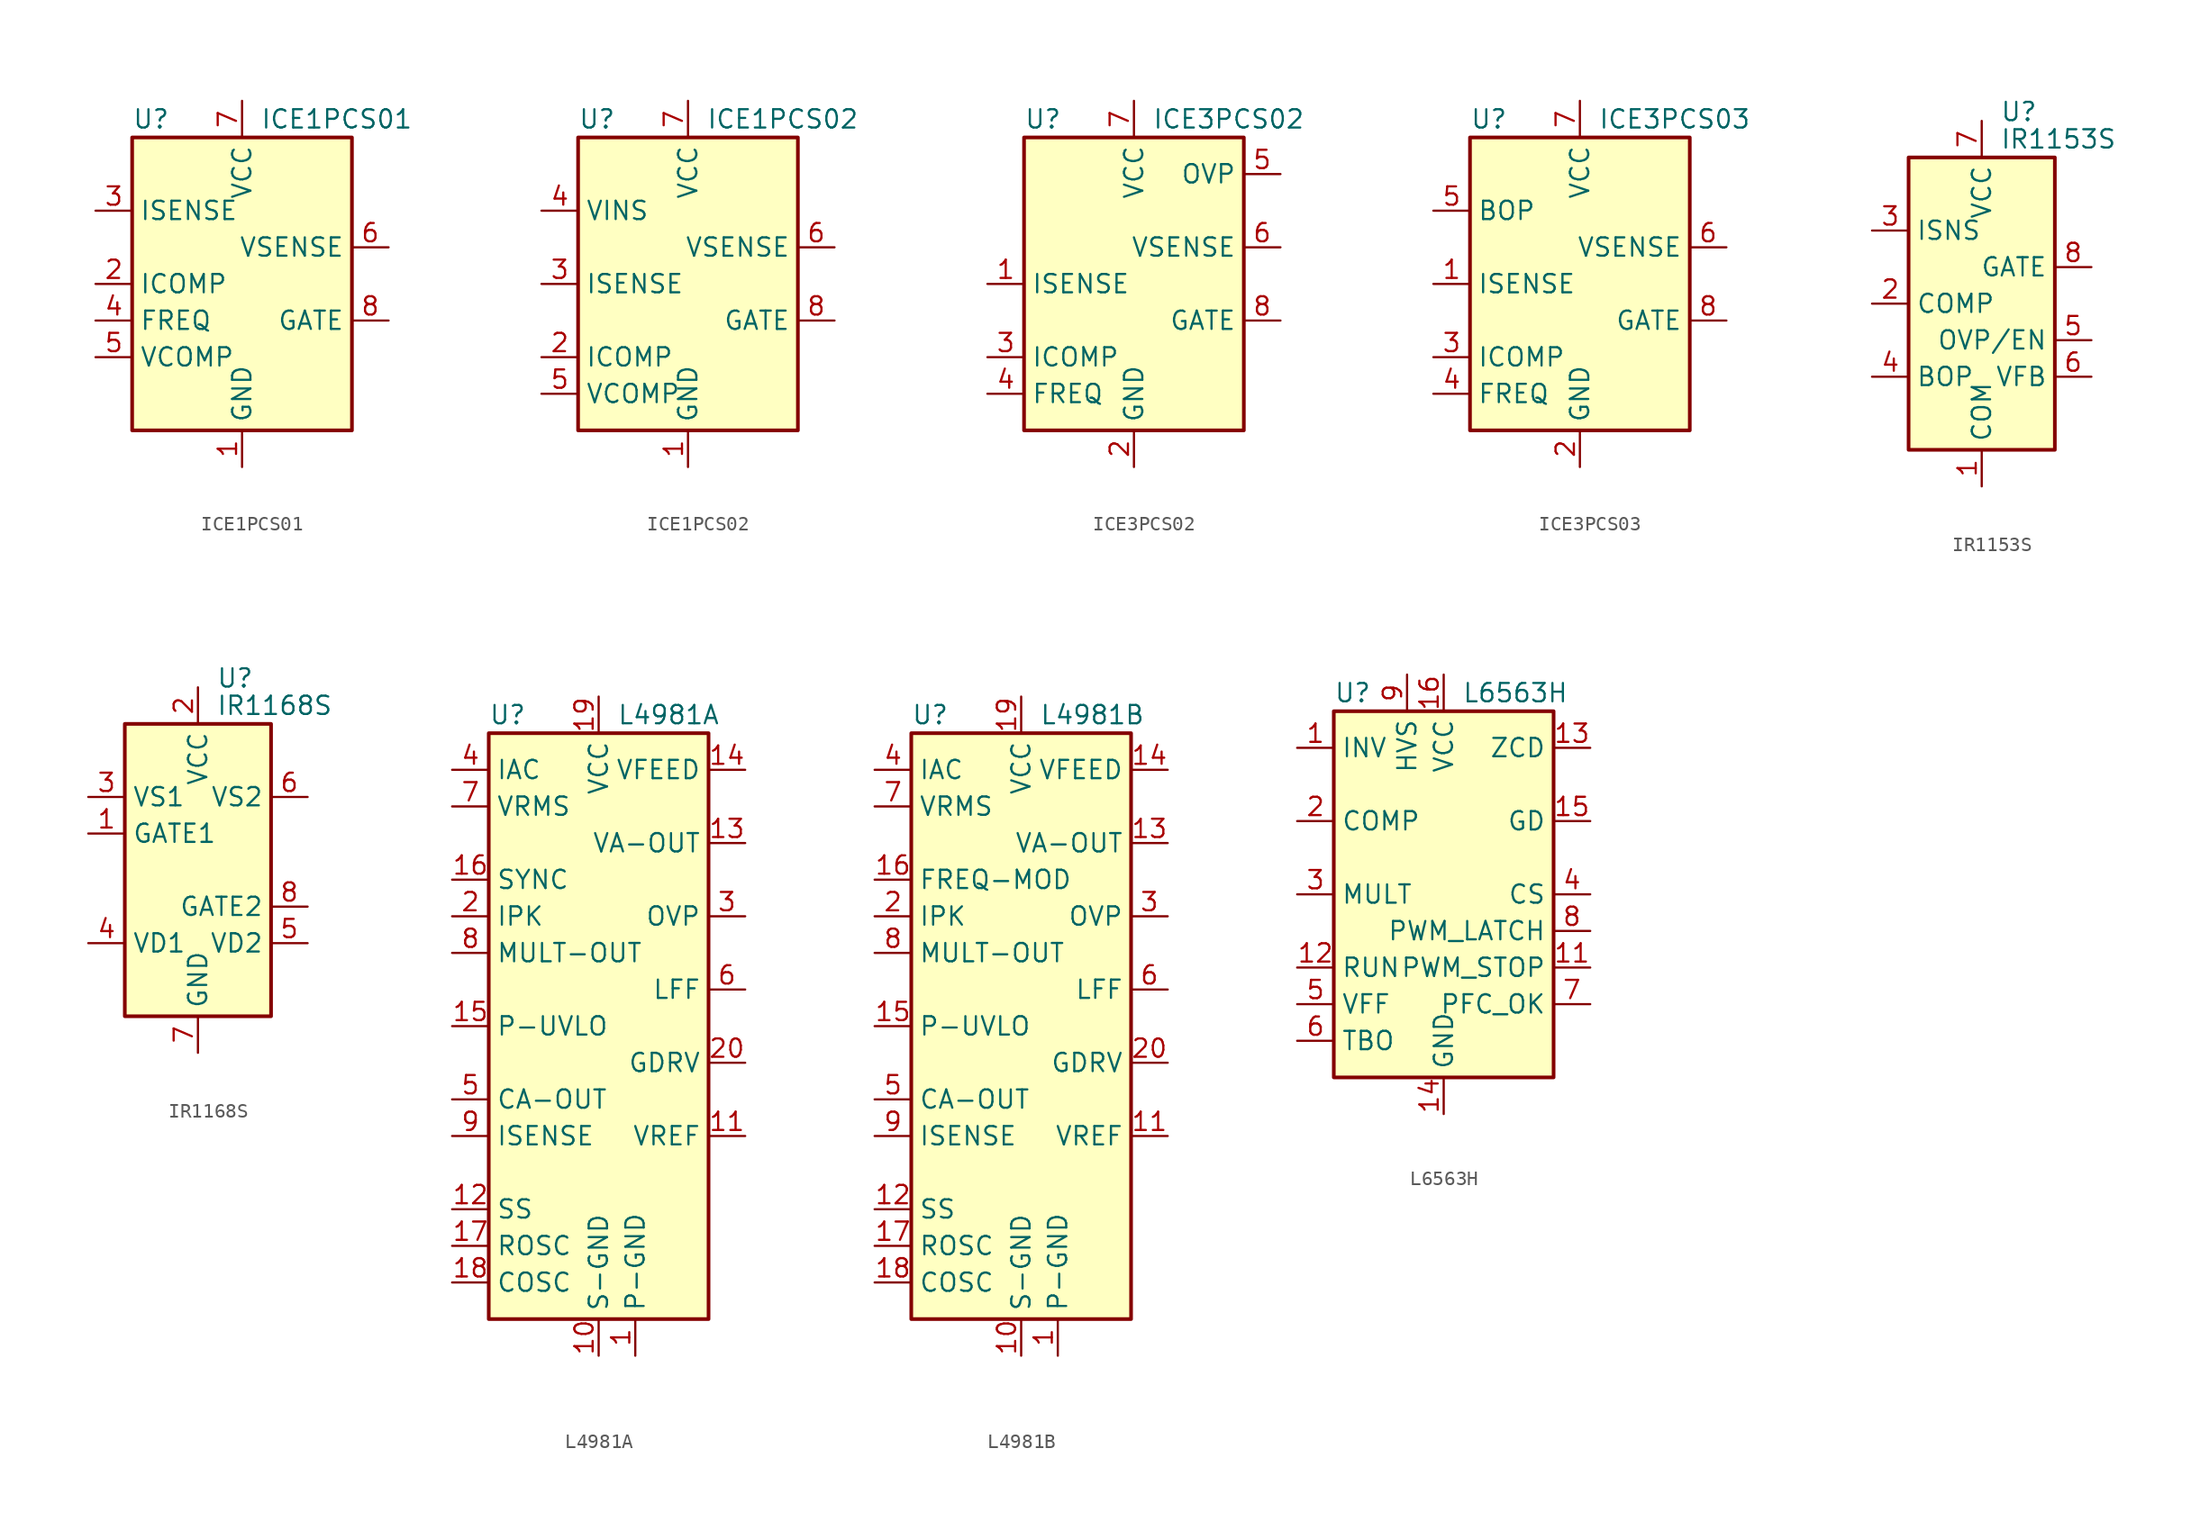
<source format=kicad_sym>
(kicad_symbol_lib
  (version 20201005)
  (generator kicad_symbol_editor)
  (symbol "ICE1PCS01"
    (property "Reference" "U"
      (at -7.62 11.43 0)
      (effects (font (size 1.27 1.27)) (justify left)))
    (property "Value" "ICE1PCS01"
      (at 1.27 11.43 0)
      (effects (font (size 1.27 1.27)) (justify left)))
    (symbol "ICE1PCS01_0_0"
      (rectangle (start -7.62 10.16) (end 7.62 -10.16) (stroke (width 0.254)) (fill (type background))))
    (symbol "ICE1PCS01_1_1"
      (pin power_in line (at 0 -12.7 90) (length 2.54) (name "GND" (effects (font (size 1.27 1.27)))) (number "1" (effects (font (size 1.27 1.27)))))
      (pin passive line (at -10.16 0 0) (length 2.54) (name "ICOMP" (effects (font (size 1.27 1.27)))) (number "2" (effects (font (size 1.27 1.27)))))
      (pin input line (at -10.16 5.08 0) (length 2.54) (name "ISENSE" (effects (font (size 1.27 1.27)))) (number "3" (effects (font (size 1.27 1.27)))))
      (pin passive line (at -10.16 -2.54 0) (length 2.54) (name "FREQ" (effects (font (size 1.27 1.27)))) (number "4" (effects (font (size 1.27 1.27)))))
      (pin passive line (at -10.16 -5.08 0) (length 2.54) (name "VCOMP" (effects (font (size 1.27 1.27)))) (number "5" (effects (font (size 1.27 1.27)))))
      (pin input line (at 10.16 2.54 180) (length 2.54) (name "VSENSE" (effects (font (size 1.27 1.27)))) (number "6" (effects (font (size 1.27 1.27)))))
      (pin power_in line (at 0 12.7 270) (length 2.54) (name "VCC" (effects (font (size 1.27 1.27)))) (number "7" (effects (font (size 1.27 1.27)))))
      (pin output line (at 10.16 -2.54 180) (length 2.54) (name "GATE" (effects (font (size 1.27 1.27)))) (number "8" (effects (font (size 1.27 1.27)))))))
  (symbol "ICE1PCS02"
    (property "Reference" "U"
      (at -7.62 11.43 0)
      (effects (font (size 1.27 1.27)) (justify left)))
    (property "Value" "ICE1PCS02"
      (at 1.27 11.43 0)
      (effects (font (size 1.27 1.27)) (justify left)))
    (symbol "ICE1PCS02_0_0"
      (rectangle (start -7.62 10.16) (end 7.62 -10.16) (stroke (width 0.254)) (fill (type background))))
    (symbol "ICE1PCS02_1_1"
      (pin power_in line (at 0 -12.7 90) (length 2.54) (name "GND" (effects (font (size 1.27 1.27)))) (number "1" (effects (font (size 1.27 1.27)))))
      (pin passive line (at -10.16 -5.08 0) (length 2.54) (name "ICOMP" (effects (font (size 1.27 1.27)))) (number "2" (effects (font (size 1.27 1.27)))))
      (pin input line (at -10.16 0 0) (length 2.54) (name "ISENSE" (effects (font (size 1.27 1.27)))) (number "3" (effects (font (size 1.27 1.27)))))
      (pin input line (at -10.16 5.08 0) (length 2.54) (name "VINS" (effects (font (size 1.27 1.27)))) (number "4" (effects (font (size 1.27 1.27)))))
      (pin passive line (at -10.16 -7.62 0) (length 2.54) (name "VCOMP" (effects (font (size 1.27 1.27)))) (number "5" (effects (font (size 1.27 1.27)))))
      (pin input line (at 10.16 2.54 180) (length 2.54) (name "VSENSE" (effects (font (size 1.27 1.27)))) (number "6" (effects (font (size 1.27 1.27)))))
      (pin power_in line (at 0 12.7 270) (length 2.54) (name "VCC" (effects (font (size 1.27 1.27)))) (number "7" (effects (font (size 1.27 1.27)))))
      (pin output line (at 10.16 -2.54 180) (length 2.54) (name "GATE" (effects (font (size 1.27 1.27)))) (number "8" (effects (font (size 1.27 1.27)))))))
  (symbol "ICE3PCS02"
    (property "Reference" "U"
      (at -7.62 11.43 0)
      (effects (font (size 1.27 1.27)) (justify left)))
    (property "Value" "ICE3PCS02"
      (at 1.27 11.43 0)
      (effects (font (size 1.27 1.27)) (justify left)))
    (symbol "ICE3PCS02_0_0"
      (rectangle (start -7.62 10.16) (end 7.62 -10.16) (stroke (width 0.254)) (fill (type background))))
    (symbol "ICE3PCS02_1_1"
      (pin input line (at -10.16 0 0) (length 2.54) (name "ISENSE" (effects (font (size 1.27 1.27)))) (number "1" (effects (font (size 1.27 1.27)))))
      (pin power_in line (at 0 -12.7 90) (length 2.54) (name "GND" (effects (font (size 1.27 1.27)))) (number "2" (effects (font (size 1.27 1.27)))))
      (pin passive line (at -10.16 -5.08 0) (length 2.54) (name "ICOMP" (effects (font (size 1.27 1.27)))) (number "3" (effects (font (size 1.27 1.27)))))
      (pin passive line (at -10.16 -7.62 0) (length 2.54) (name "FREQ" (effects (font (size 1.27 1.27)))) (number "4" (effects (font (size 1.27 1.27)))))
      (pin input line (at 10.16 7.62 180) (length 2.54) (name "OVP" (effects (font (size 1.27 1.27)))) (number "5" (effects (font (size 1.27 1.27)))))
      (pin input line (at 10.16 2.54 180) (length 2.54) (name "VSENSE" (effects (font (size 1.27 1.27)))) (number "6" (effects (font (size 1.27 1.27)))))
      (pin power_in line (at 0 12.7 270) (length 2.54) (name "VCC" (effects (font (size 1.27 1.27)))) (number "7" (effects (font (size 1.27 1.27)))))
      (pin output line (at 10.16 -2.54 180) (length 2.54) (name "GATE" (effects (font (size 1.27 1.27)))) (number "8" (effects (font (size 1.27 1.27)))))))
  (symbol "ICE3PCS03"
    (property "Reference" "U"
      (at -7.62 11.43 0)
      (effects (font (size 1.27 1.27)) (justify left)))
    (property "Value" "ICE3PCS03"
      (at 1.27 11.43 0)
      (effects (font (size 1.27 1.27)) (justify left)))
    (symbol "ICE3PCS03_0_0"
      (rectangle (start -7.62 10.16) (end 7.62 -10.16) (stroke (width 0.254)) (fill (type background))))
    (symbol "ICE3PCS03_1_1"
      (pin input line (at -10.16 0 0) (length 2.54) (name "ISENSE" (effects (font (size 1.27 1.27)))) (number "1" (effects (font (size 1.27 1.27)))))
      (pin power_in line (at 0 -12.7 90) (length 2.54) (name "GND" (effects (font (size 1.27 1.27)))) (number "2" (effects (font (size 1.27 1.27)))))
      (pin passive line (at -10.16 -5.08 0) (length 2.54) (name "ICOMP" (effects (font (size 1.27 1.27)))) (number "3" (effects (font (size 1.27 1.27)))))
      (pin passive line (at -10.16 -7.62 0) (length 2.54) (name "FREQ" (effects (font (size 1.27 1.27)))) (number "4" (effects (font (size 1.27 1.27)))))
      (pin input line (at -10.16 5.08 0) (length 2.54) (name "BOP" (effects (font (size 1.27 1.27)))) (number "5" (effects (font (size 1.27 1.27)))))
      (pin input line (at 10.16 2.54 180) (length 2.54) (name "VSENSE" (effects (font (size 1.27 1.27)))) (number "6" (effects (font (size 1.27 1.27)))))
      (pin power_in line (at 0 12.7 270) (length 2.54) (name "VCC" (effects (font (size 1.27 1.27)))) (number "7" (effects (font (size 1.27 1.27)))))
      (pin output line (at 10.16 -2.54 180) (length 2.54) (name "GATE" (effects (font (size 1.27 1.27)))) (number "8" (effects (font (size 1.27 1.27)))))))
  (symbol "IR1153S"
    (property "Reference" "U"
      (at 1.27 13.335 0)
      (effects (font (size 1.27 1.27)) (justify left)))
    (property "Value" "IR1153S"
      (at 1.27 11.43 0)
      (effects (font (size 1.27 1.27)) (justify left)))
    (symbol "IR1153S_0_1"
      (rectangle (start -5.08 -10.16) (end 5.08 10.16) (stroke (width 0.254)) (fill (type background))))
    (symbol "IR1153S_1_1"
      (pin power_in line (at 0 -12.7 90) (length 2.54) (name "COM" (effects (font (size 1.27 1.27)))) (number "1" (effects (font (size 1.27 1.27)))))
      (pin output line (at -7.62 0 0) (length 2.54) (name "COMP" (effects (font (size 1.27 1.27)))) (number "2" (effects (font (size 1.27 1.27)))))
      (pin passive line (at -7.62 5.08 0) (length 2.54) (name "ISNS" (effects (font (size 1.27 1.27)))) (number "3" (effects (font (size 1.27 1.27)))))
      (pin input line (at -7.62 -5.08 0) (length 2.54) (name "BOP" (effects (font (size 1.27 1.27)))) (number "4" (effects (font (size 1.27 1.27)))))
      (pin input line (at 7.62 -2.54 180) (length 2.54) (name "OVP/EN" (effects (font (size 1.27 1.27)))) (number "5" (effects (font (size 1.27 1.27)))))
      (pin input line (at 7.62 -5.08 180) (length 2.54) (name "VFB" (effects (font (size 1.27 1.27)))) (number "6" (effects (font (size 1.27 1.27)))))
      (pin power_in line (at 0 12.7 270) (length 2.54) (name "VCC" (effects (font (size 1.27 1.27)))) (number "7" (effects (font (size 1.27 1.27)))))
      (pin output line (at 7.62 2.54 180) (length 2.54) (name "GATE" (effects (font (size 1.27 1.27)))) (number "8" (effects (font (size 1.27 1.27)))))))
  (symbol "IR1168S"
    (property "Reference" "U"
      (at 1.27 13.335 0)
      (effects (font (size 1.27 1.27)) (justify left)))
    (property "Value" "IR1168S"
      (at 1.27 11.43 0)
      (effects (font (size 1.27 1.27)) (justify left)))
    (symbol "IR1168S_0_1"
      (rectangle (start -5.08 -10.16) (end 5.08 10.16) (stroke (width 0.254)) (fill (type background))))
    (symbol "IR1168S_1_1"
      (pin output line (at -7.62 2.54 0) (length 2.54) (name "GATE1" (effects (font (size 1.27 1.27)))) (number "1" (effects (font (size 1.27 1.27)))))
      (pin power_in line (at 0 12.7 270) (length 2.54) (name "VCC" (effects (font (size 1.27 1.27)))) (number "2" (effects (font (size 1.27 1.27)))))
      (pin input line (at -7.62 5.08 0) (length 2.54) (name "VS1" (effects (font (size 1.27 1.27)))) (number "3" (effects (font (size 1.27 1.27)))))
      (pin input line (at -7.62 -5.08 0) (length 2.54) (name "VD1" (effects (font (size 1.27 1.27)))) (number "4" (effects (font (size 1.27 1.27)))))
      (pin input line (at 7.62 -5.08 180) (length 2.54) (name "VD2" (effects (font (size 1.27 1.27)))) (number "5" (effects (font (size 1.27 1.27)))))
      (pin input line (at 7.62 5.08 180) (length 2.54) (name "VS2" (effects (font (size 1.27 1.27)))) (number "6" (effects (font (size 1.27 1.27)))))
      (pin power_in line (at 0 -12.7 90) (length 2.54) (name "GND" (effects (font (size 1.27 1.27)))) (number "7" (effects (font (size 1.27 1.27)))))
      (pin output line (at 7.62 -2.54 180) (length 2.54) (name "GATE2" (effects (font (size 1.27 1.27)))) (number "8" (effects (font (size 1.27 1.27)))))))
  (symbol "L4981A"
    (property "Reference" "U"
      (at -7.62 21.59 0)
      (effects (font (size 1.27 1.27)) (justify left)))
    (property "Value" "L4981A"
      (at 1.27 21.59 0)
      (effects (font (size 1.27 1.27)) (justify left)))
    (symbol "L4981A_0_0"
      (rectangle (start -7.62 20.32) (end 7.62 -20.32) (stroke (width 0.254)) (fill (type background))))
    (symbol "L4981A_1_1"
      (pin power_in line (at 2.54 -22.86 90) (length 2.54) (name "P-GND" (effects (font (size 1.27 1.27)))) (number "1" (effects (font (size 1.27 1.27)))))
      (pin power_in line (at 0 -22.86 90) (length 2.54) (name "S-GND" (effects (font (size 1.27 1.27)))) (number "10" (effects (font (size 1.27 1.27)))))
      (pin output line (at 10.16 -7.62 180) (length 2.54) (name "VREF" (effects (font (size 1.27 1.27)))) (number "11" (effects (font (size 1.27 1.27)))))
      (pin passive line (at -10.16 -12.7 0) (length 2.54) (name "SS" (effects (font (size 1.27 1.27)))) (number "12" (effects (font (size 1.27 1.27)))))
      (pin output line (at 10.16 12.7 180) (length 2.54) (name "VA-OUT" (effects (font (size 1.27 1.27)))) (number "13" (effects (font (size 1.27 1.27)))))
      (pin input line (at 10.16 17.78 180) (length 2.54) (name "VFEED" (effects (font (size 1.27 1.27)))) (number "14" (effects (font (size 1.27 1.27)))))
      (pin input line (at -10.16 0 0) (length 2.54) (name "P-UVLO" (effects (font (size 1.27 1.27)))) (number "15" (effects (font (size 1.27 1.27)))))
      (pin bidirectional line (at -10.16 10.16 0) (length 2.54) (name "SYNC" (effects (font (size 1.27 1.27)))) (number "16" (effects (font (size 1.27 1.27)))))
      (pin passive line (at -10.16 -15.24 0) (length 2.54) (name "ROSC" (effects (font (size 1.27 1.27)))) (number "17" (effects (font (size 1.27 1.27)))))
      (pin passive line (at -10.16 -17.78 0) (length 2.54) (name "COSC" (effects (font (size 1.27 1.27)))) (number "18" (effects (font (size 1.27 1.27)))))
      (pin power_in line (at 0 22.86 270) (length 2.54) (name "VCC" (effects (font (size 1.27 1.27)))) (number "19" (effects (font (size 1.27 1.27)))))
      (pin input line (at -10.16 7.62 0) (length 2.54) (name "IPK" (effects (font (size 1.27 1.27)))) (number "2" (effects (font (size 1.27 1.27)))))
      (pin output line (at 10.16 -2.54 180) (length 2.54) (name "GDRV" (effects (font (size 1.27 1.27)))) (number "20" (effects (font (size 1.27 1.27)))))
      (pin input line (at 10.16 7.62 180) (length 2.54) (name "OVP" (effects (font (size 1.27 1.27)))) (number "3" (effects (font (size 1.27 1.27)))))
      (pin input line (at -10.16 17.78 0) (length 2.54) (name "IAC" (effects (font (size 1.27 1.27)))) (number "4" (effects (font (size 1.27 1.27)))))
      (pin output line (at -10.16 -5.08 0) (length 2.54) (name "CA-OUT" (effects (font (size 1.27 1.27)))) (number "5" (effects (font (size 1.27 1.27)))))
      (pin input line (at 10.16 2.54 180) (length 2.54) (name "LFF" (effects (font (size 1.27 1.27)))) (number "6" (effects (font (size 1.27 1.27)))))
      (pin input line (at -10.16 15.24 0) (length 2.54) (name "VRMS" (effects (font (size 1.27 1.27)))) (number "7" (effects (font (size 1.27 1.27)))))
      (pin output line (at -10.16 5.08 0) (length 2.54) (name "MULT-OUT" (effects (font (size 1.27 1.27)))) (number "8" (effects (font (size 1.27 1.27)))))
      (pin input line (at -10.16 -7.62 0) (length 2.54) (name "ISENSE" (effects (font (size 1.27 1.27)))) (number "9" (effects (font (size 1.27 1.27)))))))
  (symbol "L4981B"
    (property "Reference" "U"
      (at -7.62 21.59 0)
      (effects (font (size 1.27 1.27)) (justify left)))
    (property "Value" "L4981B"
      (at 1.27 21.59 0)
      (effects (font (size 1.27 1.27)) (justify left)))
    (symbol "L4981B_0_0"
      (rectangle (start -7.62 20.32) (end 7.62 -20.32) (stroke (width 0.254)) (fill (type background))))
    (symbol "L4981B_1_1"
      (pin power_in line (at 2.54 -22.86 90) (length 2.54) (name "P-GND" (effects (font (size 1.27 1.27)))) (number "1" (effects (font (size 1.27 1.27)))))
      (pin power_in line (at 0 -22.86 90) (length 2.54) (name "S-GND" (effects (font (size 1.27 1.27)))) (number "10" (effects (font (size 1.27 1.27)))))
      (pin output line (at 10.16 -7.62 180) (length 2.54) (name "VREF" (effects (font (size 1.27 1.27)))) (number "11" (effects (font (size 1.27 1.27)))))
      (pin passive line (at -10.16 -12.7 0) (length 2.54) (name "SS" (effects (font (size 1.27 1.27)))) (number "12" (effects (font (size 1.27 1.27)))))
      (pin output line (at 10.16 12.7 180) (length 2.54) (name "VA-OUT" (effects (font (size 1.27 1.27)))) (number "13" (effects (font (size 1.27 1.27)))))
      (pin input line (at 10.16 17.78 180) (length 2.54) (name "VFEED" (effects (font (size 1.27 1.27)))) (number "14" (effects (font (size 1.27 1.27)))))
      (pin input line (at -10.16 0 0) (length 2.54) (name "P-UVLO" (effects (font (size 1.27 1.27)))) (number "15" (effects (font (size 1.27 1.27)))))
      (pin input line (at -10.16 10.16 0) (length 2.54) (name "FREQ-MOD" (effects (font (size 1.27 1.27)))) (number "16" (effects (font (size 1.27 1.27)))))
      (pin passive line (at -10.16 -15.24 0) (length 2.54) (name "ROSC" (effects (font (size 1.27 1.27)))) (number "17" (effects (font (size 1.27 1.27)))))
      (pin passive line (at -10.16 -17.78 0) (length 2.54) (name "COSC" (effects (font (size 1.27 1.27)))) (number "18" (effects (font (size 1.27 1.27)))))
      (pin power_in line (at 0 22.86 270) (length 2.54) (name "VCC" (effects (font (size 1.27 1.27)))) (number "19" (effects (font (size 1.27 1.27)))))
      (pin input line (at -10.16 7.62 0) (length 2.54) (name "IPK" (effects (font (size 1.27 1.27)))) (number "2" (effects (font (size 1.27 1.27)))))
      (pin output line (at 10.16 -2.54 180) (length 2.54) (name "GDRV" (effects (font (size 1.27 1.27)))) (number "20" (effects (font (size 1.27 1.27)))))
      (pin input line (at 10.16 7.62 180) (length 2.54) (name "OVP" (effects (font (size 1.27 1.27)))) (number "3" (effects (font (size 1.27 1.27)))))
      (pin input line (at -10.16 17.78 0) (length 2.54) (name "IAC" (effects (font (size 1.27 1.27)))) (number "4" (effects (font (size 1.27 1.27)))))
      (pin output line (at -10.16 -5.08 0) (length 2.54) (name "CA-OUT" (effects (font (size 1.27 1.27)))) (number "5" (effects (font (size 1.27 1.27)))))
      (pin input line (at 10.16 2.54 180) (length 2.54) (name "LFF" (effects (font (size 1.27 1.27)))) (number "6" (effects (font (size 1.27 1.27)))))
      (pin input line (at -10.16 15.24 0) (length 2.54) (name "VRMS" (effects (font (size 1.27 1.27)))) (number "7" (effects (font (size 1.27 1.27)))))
      (pin output line (at -10.16 5.08 0) (length 2.54) (name "MULT-OUT" (effects (font (size 1.27 1.27)))) (number "8" (effects (font (size 1.27 1.27)))))
      (pin input line (at -10.16 -7.62 0) (length 2.54) (name "ISENSE" (effects (font (size 1.27 1.27)))) (number "9" (effects (font (size 1.27 1.27)))))))
  (symbol "L6563H"
    (property "Reference" "U"
      (at -7.62 13.97 0)
      (effects (font (size 1.27 1.27)) (justify left)))
    (property "Value" "L6563H"
      (at 1.27 13.97 0)
      (effects (font (size 1.27 1.27)) (justify left)))
    (symbol "L6563H_0_0"
      (rectangle (start -7.62 12.7) (end 7.62 -12.7) (stroke (width 0.254)) (fill (type background))))
    (symbol "L6563H_1_1"
      (pin input line (at -10.16 10.16 0) (length 2.54) (name "INV" (effects (font (size 1.27 1.27)))) (number "1" (effects (font (size 1.27 1.27)))))
      (pin no_connect line (at -7.62 7.62 0) (length 2.54) hide (name "NC" (effects (font (size 1.27 1.27)))) (number "10" (effects (font (size 1.27 1.27)))))
      (pin output line (at 10.16 -5.08 180) (length 2.54) (name "PWM_STOP" (effects (font (size 1.27 1.27)))) (number "11" (effects (font (size 1.27 1.27)))))
      (pin input line (at -10.16 -5.08 0) (length 2.54) (name "RUN" (effects (font (size 1.27 1.27)))) (number "12" (effects (font (size 1.27 1.27)))))
      (pin input line (at 10.16 10.16 180) (length 2.54) (name "ZCD" (effects (font (size 1.27 1.27)))) (number "13" (effects (font (size 1.27 1.27)))))
      (pin power_in line (at 0 -15.24 90) (length 2.54) (name "GND" (effects (font (size 1.27 1.27)))) (number "14" (effects (font (size 1.27 1.27)))))
      (pin output line (at 10.16 5.08 180) (length 2.54) (name "GD" (effects (font (size 1.27 1.27)))) (number "15" (effects (font (size 1.27 1.27)))))
      (pin power_in line (at 0 15.24 270) (length 2.54) (name "VCC" (effects (font (size 1.27 1.27)))) (number "16" (effects (font (size 1.27 1.27)))))
      (pin output line (at -10.16 5.08 0) (length 2.54) (name "COMP" (effects (font (size 1.27 1.27)))) (number "2" (effects (font (size 1.27 1.27)))))
      (pin input line (at -10.16 0 0) (length 2.54) (name "MULT" (effects (font (size 1.27 1.27)))) (number "3" (effects (font (size 1.27 1.27)))))
      (pin input line (at 10.16 0 180) (length 2.54) (name "CS" (effects (font (size 1.27 1.27)))) (number "4" (effects (font (size 1.27 1.27)))))
      (pin passive line (at -10.16 -7.62 0) (length 2.54) (name "VFF" (effects (font (size 1.27 1.27)))) (number "5" (effects (font (size 1.27 1.27)))))
      (pin passive line (at -10.16 -10.16 0) (length 2.54) (name "TBO" (effects (font (size 1.27 1.27)))) (number "6" (effects (font (size 1.27 1.27)))))
      (pin input line (at 10.16 -7.62 180) (length 2.54) (name "PFC_OK" (effects (font (size 1.27 1.27)))) (number "7" (effects (font (size 1.27 1.27)))))
      (pin output line (at 10.16 -2.54 180) (length 2.54) (name "PWM_LATCH" (effects (font (size 1.27 1.27)))) (number "8" (effects (font (size 1.27 1.27)))))
      (pin input line (at -2.54 15.24 270) (length 2.54) (name "HVS" (effects (font (size 1.27 1.27)))) (number "9" (effects (font (size 1.27 1.27))))))))
</source>
